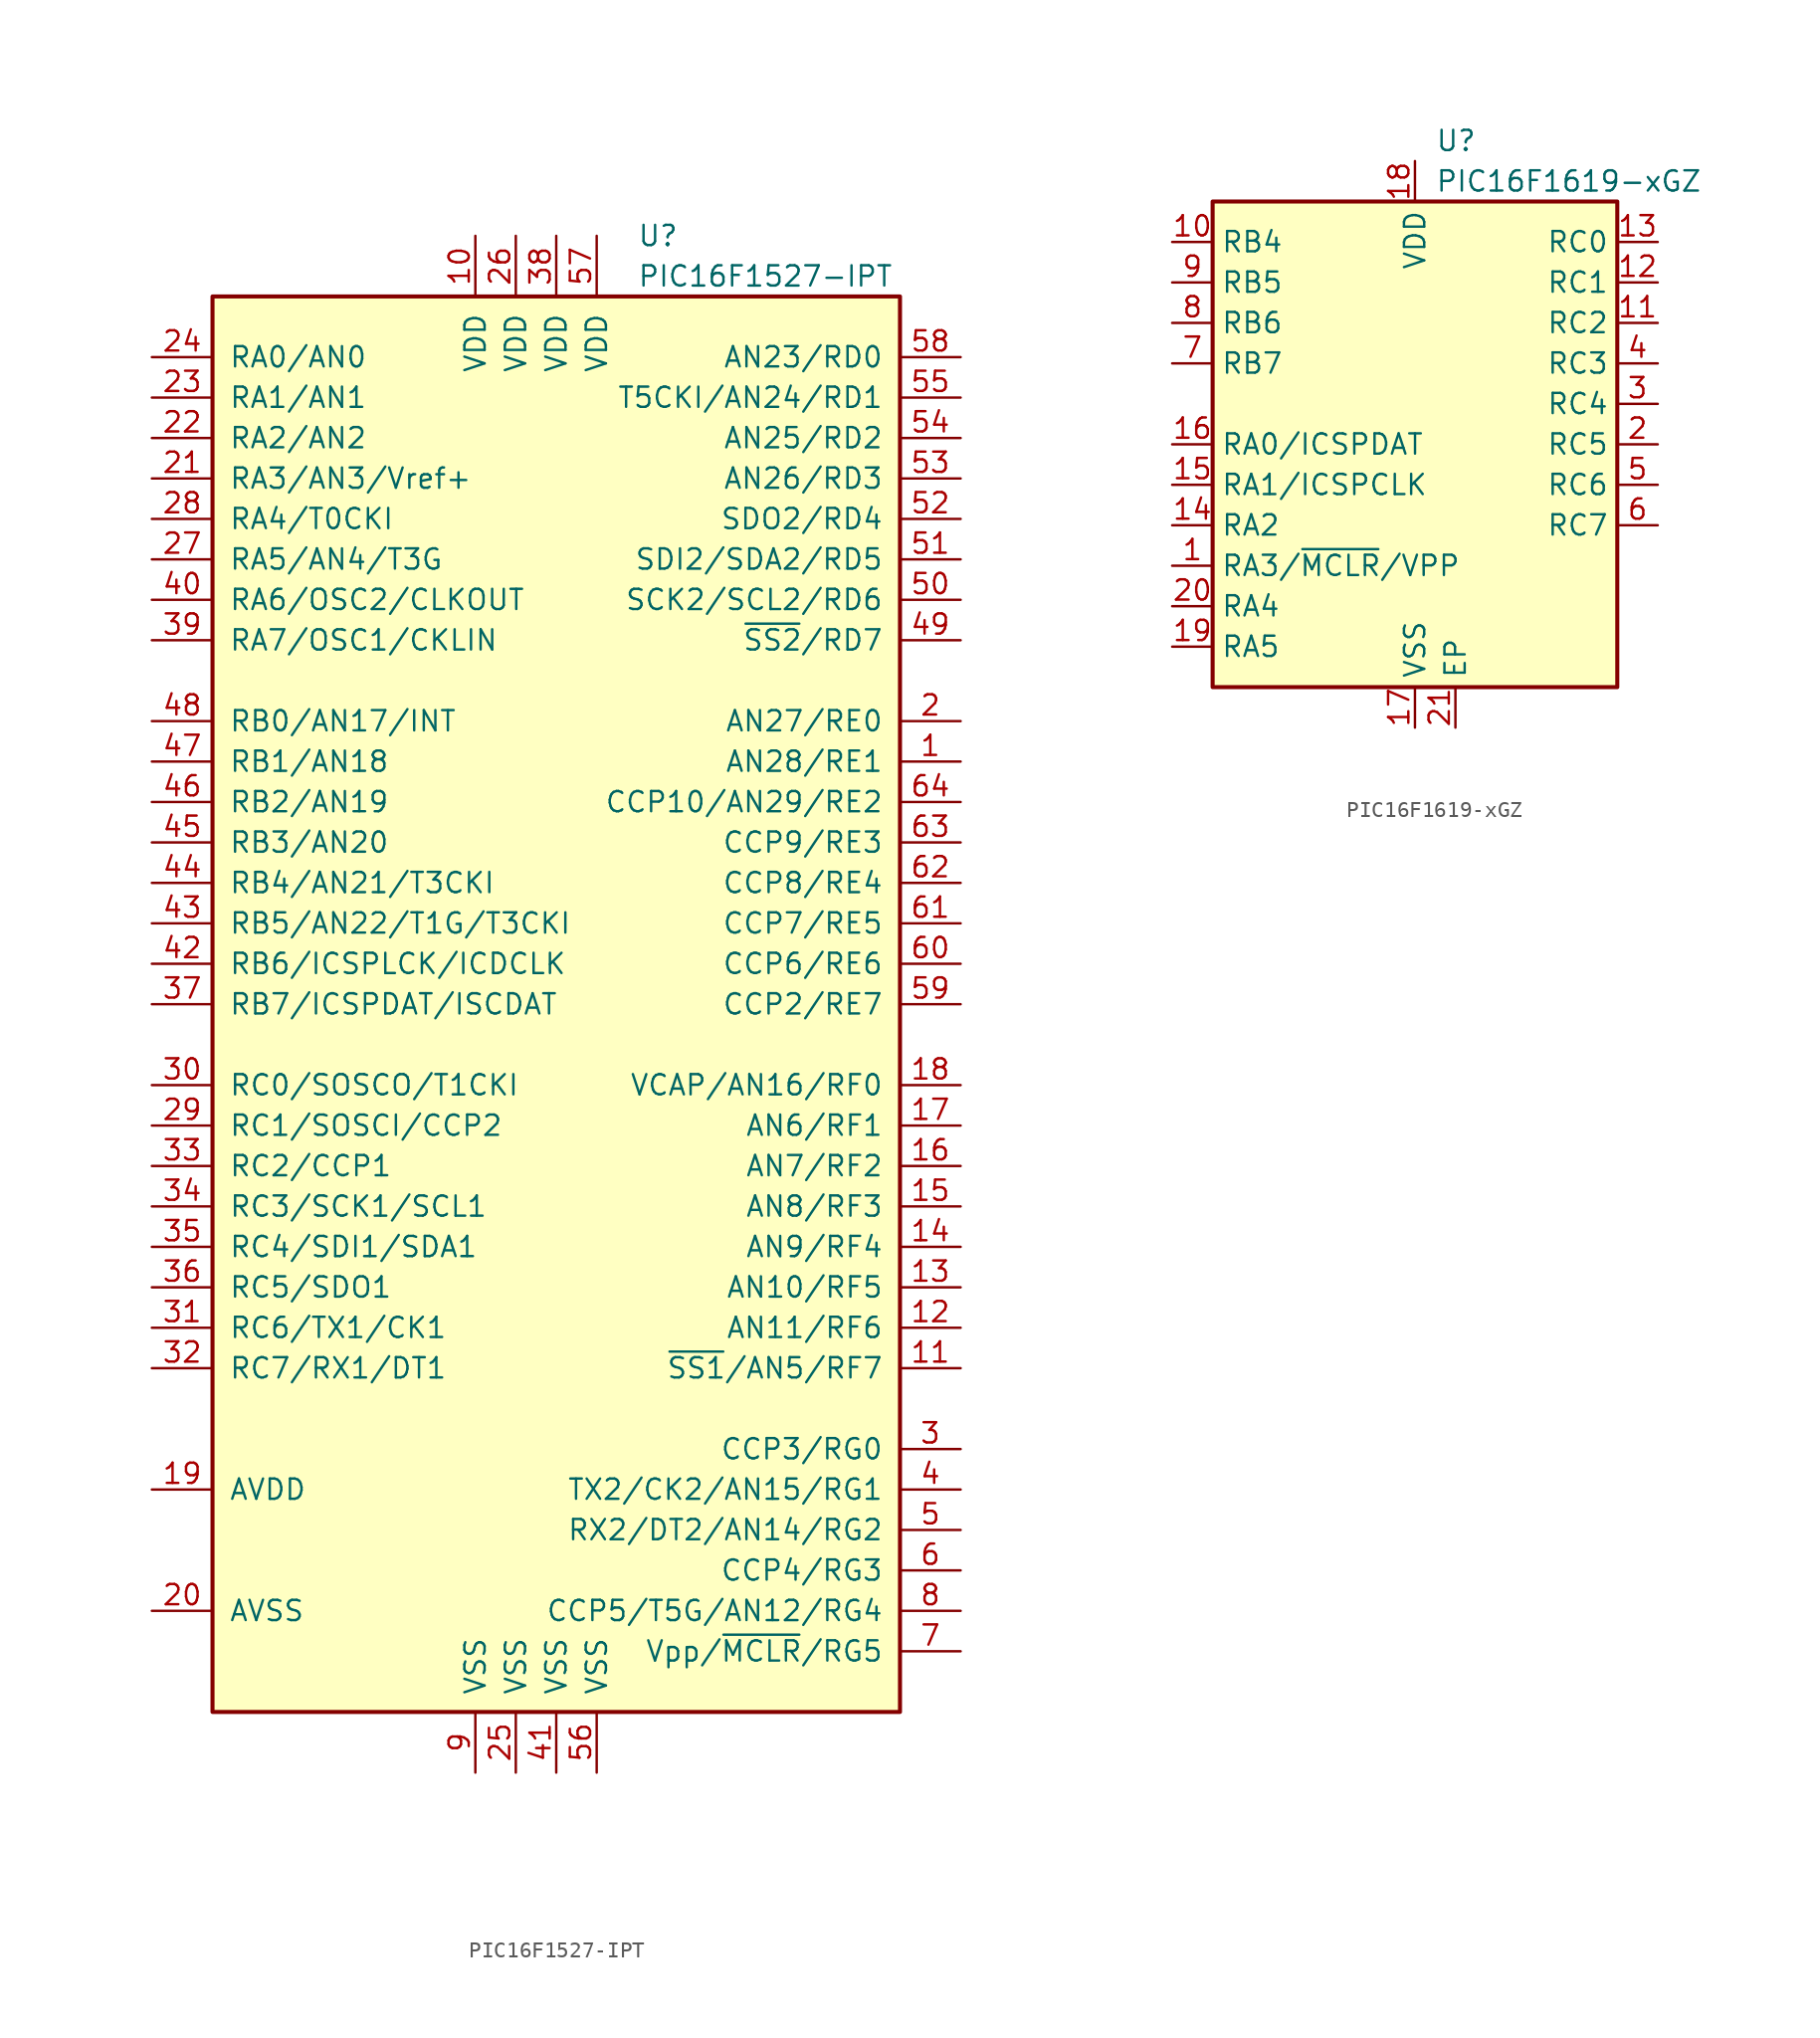
<source format=kicad_sym>
(kicad_symbol_lib
  (version 20211014)
  (generator kicad_symbol_editor)
  (symbol "PIC16F1527-IPT"
    (pin_names
      (offset 1.016))
    (property "Reference" "U"
      (at 5.08 48.26 0)
      (effects (font (size 1.27 1.27)) (justify left)))
    (property "Value" "PIC16F1527-IPT"
      (at 5.08 45.72 0)
      (effects (font (size 1.27 1.27)) (justify left)))
    (symbol "PIC16F1527-IPT_0_1"
      (rectangle (start -21.59 44.45) (end 21.59 -44.45) (stroke (width 0.254) (type default) (color 0 0 0 0)) (fill (type background))))
    (symbol "PIC16F1527-IPT_1_1"
      (pin bidirectional line (at 25.4 15.24 180) (length 3.81) (name "AN28/RE1" (effects (font (size 1.27 1.27)))) (number "1" (effects (font (size 1.27 1.27)))))
      (pin power_in line (at -5.08 48.26 270) (length 3.81) (name "VDD" (effects (font (size 1.27 1.27)))) (number "10" (effects (font (size 1.27 1.27)))))
      (pin bidirectional line (at 25.4 -22.86 180) (length 3.81) (name "~{SS1}/AN5/RF7" (effects (font (size 1.27 1.27)))) (number "11" (effects (font (size 1.27 1.27)))))
      (pin bidirectional line (at 25.4 -20.32 180) (length 3.81) (name "AN11/RF6" (effects (font (size 1.27 1.27)))) (number "12" (effects (font (size 1.27 1.27)))))
      (pin bidirectional line (at 25.4 -17.78 180) (length 3.81) (name "AN10/RF5" (effects (font (size 1.27 1.27)))) (number "13" (effects (font (size 1.27 1.27)))))
      (pin bidirectional line (at 25.4 -15.24 180) (length 3.81) (name "AN9/RF4" (effects (font (size 1.27 1.27)))) (number "14" (effects (font (size 1.27 1.27)))))
      (pin bidirectional line (at 25.4 -12.7 180) (length 3.81) (name "AN8/RF3" (effects (font (size 1.27 1.27)))) (number "15" (effects (font (size 1.27 1.27)))))
      (pin bidirectional line (at 25.4 -10.16 180) (length 3.81) (name "AN7/RF2" (effects (font (size 1.27 1.27)))) (number "16" (effects (font (size 1.27 1.27)))))
      (pin bidirectional line (at 25.4 -7.62 180) (length 3.81) (name "AN6/RF1" (effects (font (size 1.27 1.27)))) (number "17" (effects (font (size 1.27 1.27)))))
      (pin bidirectional line (at 25.4 -5.08 180) (length 3.81) (name "VCAP/AN16/RF0" (effects (font (size 1.27 1.27)))) (number "18" (effects (font (size 1.27 1.27)))))
      (pin power_in line (at -25.4 -30.48 0) (length 3.81) (name "AVDD" (effects (font (size 1.27 1.27)))) (number "19" (effects (font (size 1.27 1.27)))))
      (pin bidirectional line (at 25.4 17.78 180) (length 3.81) (name "AN27/RE0" (effects (font (size 1.27 1.27)))) (number "2" (effects (font (size 1.27 1.27)))))
      (pin power_in line (at -25.4 -38.1 0) (length 3.81) (name "AVSS" (effects (font (size 1.27 1.27)))) (number "20" (effects (font (size 1.27 1.27)))))
      (pin bidirectional line (at -25.4 33.02 0) (length 3.81) (name "RA3/AN3/Vref+" (effects (font (size 1.27 1.27)))) (number "21" (effects (font (size 1.27 1.27)))))
      (pin bidirectional line (at -25.4 35.56 0) (length 3.81) (name "RA2/AN2" (effects (font (size 1.27 1.27)))) (number "22" (effects (font (size 1.27 1.27)))))
      (pin bidirectional line (at -25.4 38.1 0) (length 3.81) (name "RA1/AN1" (effects (font (size 1.27 1.27)))) (number "23" (effects (font (size 1.27 1.27)))))
      (pin bidirectional line (at -25.4 40.64 0) (length 3.81) (name "RA0/AN0" (effects (font (size 1.27 1.27)))) (number "24" (effects (font (size 1.27 1.27)))))
      (pin power_in line (at -2.54 -48.26 90) (length 3.81) (name "VSS" (effects (font (size 1.27 1.27)))) (number "25" (effects (font (size 1.27 1.27)))))
      (pin power_in line (at -2.54 48.26 270) (length 3.81) (name "VDD" (effects (font (size 1.27 1.27)))) (number "26" (effects (font (size 1.27 1.27)))))
      (pin bidirectional line (at -25.4 27.94 0) (length 3.81) (name "RA5/AN4/T3G" (effects (font (size 1.27 1.27)))) (number "27" (effects (font (size 1.27 1.27)))))
      (pin bidirectional line (at -25.4 30.48 0) (length 3.81) (name "RA4/T0CKI" (effects (font (size 1.27 1.27)))) (number "28" (effects (font (size 1.27 1.27)))))
      (pin bidirectional line (at -25.4 -7.62 0) (length 3.81) (name "RC1/SOSCI/CCP2" (effects (font (size 1.27 1.27)))) (number "29" (effects (font (size 1.27 1.27)))))
      (pin bidirectional line (at 25.4 -27.94 180) (length 3.81) (name "CCP3/RG0" (effects (font (size 1.27 1.27)))) (number "3" (effects (font (size 1.27 1.27)))))
      (pin bidirectional line (at -25.4 -5.08 0) (length 3.81) (name "RC0/SOSCO/T1CKI" (effects (font (size 1.27 1.27)))) (number "30" (effects (font (size 1.27 1.27)))))
      (pin bidirectional line (at -25.4 -20.32 0) (length 3.81) (name "RC6/TX1/CK1" (effects (font (size 1.27 1.27)))) (number "31" (effects (font (size 1.27 1.27)))))
      (pin bidirectional line (at -25.4 -22.86 0) (length 3.81) (name "RC7/RX1/DT1" (effects (font (size 1.27 1.27)))) (number "32" (effects (font (size 1.27 1.27)))))
      (pin bidirectional line (at -25.4 -10.16 0) (length 3.81) (name "RC2/CCP1" (effects (font (size 1.27 1.27)))) (number "33" (effects (font (size 1.27 1.27)))))
      (pin bidirectional line (at -25.4 -12.7 0) (length 3.81) (name "RC3/SCK1/SCL1" (effects (font (size 1.27 1.27)))) (number "34" (effects (font (size 1.27 1.27)))))
      (pin bidirectional line (at -25.4 -15.24 0) (length 3.81) (name "RC4/SDI1/SDA1" (effects (font (size 1.27 1.27)))) (number "35" (effects (font (size 1.27 1.27)))))
      (pin bidirectional line (at -25.4 -17.78 0) (length 3.81) (name "RC5/SDO1" (effects (font (size 1.27 1.27)))) (number "36" (effects (font (size 1.27 1.27)))))
      (pin bidirectional line (at -25.4 0 0) (length 3.81) (name "RB7/ICSPDAT/ISCDAT" (effects (font (size 1.27 1.27)))) (number "37" (effects (font (size 1.27 1.27)))))
      (pin power_in line (at 0 48.26 270) (length 3.81) (name "VDD" (effects (font (size 1.27 1.27)))) (number "38" (effects (font (size 1.27 1.27)))))
      (pin bidirectional line (at -25.4 22.86 0) (length 3.81) (name "RA7/OSC1/CKLIN" (effects (font (size 1.27 1.27)))) (number "39" (effects (font (size 1.27 1.27)))))
      (pin bidirectional line (at 25.4 -30.48 180) (length 3.81) (name "TX2/CK2/AN15/RG1" (effects (font (size 1.27 1.27)))) (number "4" (effects (font (size 1.27 1.27)))))
      (pin bidirectional line (at -25.4 25.4 0) (length 3.81) (name "RA6/OSC2/CLKOUT" (effects (font (size 1.27 1.27)))) (number "40" (effects (font (size 1.27 1.27)))))
      (pin power_in line (at 0 -48.26 90) (length 3.81) (name "VSS" (effects (font (size 1.27 1.27)))) (number "41" (effects (font (size 1.27 1.27)))))
      (pin bidirectional line (at -25.4 2.54 0) (length 3.81) (name "RB6/ICSPLCK/ICDCLK" (effects (font (size 1.27 1.27)))) (number "42" (effects (font (size 1.27 1.27)))))
      (pin bidirectional line (at -25.4 5.08 0) (length 3.81) (name "RB5/AN22/T1G/T3CKI" (effects (font (size 1.27 1.27)))) (number "43" (effects (font (size 1.27 1.27)))))
      (pin bidirectional line (at -25.4 7.62 0) (length 3.81) (name "RB4/AN21/T3CKI" (effects (font (size 1.27 1.27)))) (number "44" (effects (font (size 1.27 1.27)))))
      (pin bidirectional line (at -25.4 10.16 0) (length 3.81) (name "RB3/AN20" (effects (font (size 1.27 1.27)))) (number "45" (effects (font (size 1.27 1.27)))))
      (pin bidirectional line (at -25.4 12.7 0) (length 3.81) (name "RB2/AN19" (effects (font (size 1.27 1.27)))) (number "46" (effects (font (size 1.27 1.27)))))
      (pin bidirectional line (at -25.4 15.24 0) (length 3.81) (name "RB1/AN18" (effects (font (size 1.27 1.27)))) (number "47" (effects (font (size 1.27 1.27)))))
      (pin bidirectional line (at -25.4 17.78 0) (length 3.81) (name "RB0/AN17/INT" (effects (font (size 1.27 1.27)))) (number "48" (effects (font (size 1.27 1.27)))))
      (pin bidirectional line (at 25.4 22.86 180) (length 3.81) (name "~{SS2}/RD7" (effects (font (size 1.27 1.27)))) (number "49" (effects (font (size 1.27 1.27)))))
      (pin bidirectional line (at 25.4 -33.02 180) (length 3.81) (name "RX2/DT2/AN14/RG2" (effects (font (size 1.27 1.27)))) (number "5" (effects (font (size 1.27 1.27)))))
      (pin bidirectional line (at 25.4 25.4 180) (length 3.81) (name "SCK2/SCL2/RD6" (effects (font (size 1.27 1.27)))) (number "50" (effects (font (size 1.27 1.27)))))
      (pin bidirectional line (at 25.4 27.94 180) (length 3.81) (name "SDI2/SDA2/RD5" (effects (font (size 1.27 1.27)))) (number "51" (effects (font (size 1.27 1.27)))))
      (pin bidirectional line (at 25.4 30.48 180) (length 3.81) (name "SDO2/RD4" (effects (font (size 1.27 1.27)))) (number "52" (effects (font (size 1.27 1.27)))))
      (pin bidirectional line (at 25.4 33.02 180) (length 3.81) (name "AN26/RD3" (effects (font (size 1.27 1.27)))) (number "53" (effects (font (size 1.27 1.27)))))
      (pin bidirectional line (at 25.4 35.56 180) (length 3.81) (name "AN25/RD2" (effects (font (size 1.27 1.27)))) (number "54" (effects (font (size 1.27 1.27)))))
      (pin bidirectional line (at 25.4 38.1 180) (length 3.81) (name "T5CKI/AN24/RD1" (effects (font (size 1.27 1.27)))) (number "55" (effects (font (size 1.27 1.27)))))
      (pin power_in line (at 2.54 -48.26 90) (length 3.81) (name "VSS" (effects (font (size 1.27 1.27)))) (number "56" (effects (font (size 1.27 1.27)))))
      (pin power_in line (at 2.54 48.26 270) (length 3.81) (name "VDD" (effects (font (size 1.27 1.27)))) (number "57" (effects (font (size 1.27 1.27)))))
      (pin bidirectional line (at 25.4 40.64 180) (length 3.81) (name "AN23/RD0" (effects (font (size 1.27 1.27)))) (number "58" (effects (font (size 1.27 1.27)))))
      (pin bidirectional line (at 25.4 0 180) (length 3.81) (name "CCP2/RE7" (effects (font (size 1.27 1.27)))) (number "59" (effects (font (size 1.27 1.27)))))
      (pin bidirectional line (at 25.4 -35.56 180) (length 3.81) (name "CCP4/RG3" (effects (font (size 1.27 1.27)))) (number "6" (effects (font (size 1.27 1.27)))))
      (pin bidirectional line (at 25.4 2.54 180) (length 3.81) (name "CCP6/RE6" (effects (font (size 1.27 1.27)))) (number "60" (effects (font (size 1.27 1.27)))))
      (pin bidirectional line (at 25.4 5.08 180) (length 3.81) (name "CCP7/RE5" (effects (font (size 1.27 1.27)))) (number "61" (effects (font (size 1.27 1.27)))))
      (pin bidirectional line (at 25.4 7.62 180) (length 3.81) (name "CCP8/RE4" (effects (font (size 1.27 1.27)))) (number "62" (effects (font (size 1.27 1.27)))))
      (pin bidirectional line (at 25.4 10.16 180) (length 3.81) (name "CCP9/RE3" (effects (font (size 1.27 1.27)))) (number "63" (effects (font (size 1.27 1.27)))))
      (pin bidirectional line (at 25.4 12.7 180) (length 3.81) (name "CCP10/AN29/RE2" (effects (font (size 1.27 1.27)))) (number "64" (effects (font (size 1.27 1.27)))))
      (pin input line (at 25.4 -40.64 180) (length 3.81) (name "Vpp/~{MCLR}/RG5" (effects (font (size 1.27 1.27)))) (number "7" (effects (font (size 1.27 1.27)))))
      (pin bidirectional line (at 25.4 -38.1 180) (length 3.81) (name "CCP5/T5G/AN12/RG4" (effects (font (size 1.27 1.27)))) (number "8" (effects (font (size 1.27 1.27)))))
      (pin power_in line (at -5.08 -48.26 90) (length 3.81) (name "VSS" (effects (font (size 1.27 1.27)))) (number "9" (effects (font (size 1.27 1.27)))))))
  (symbol "PIC16F1619-xGZ"
    (property "Reference" "U"
      (at 1.27 19.05 0)
      (effects (font (size 1.27 1.27)) (justify left)))
    (property "Value" "PIC16F1619-xGZ"
      (at 1.27 16.51 0)
      (effects (font (size 1.27 1.27)) (justify left)))
    (symbol "PIC16F1619-xGZ_0_0"
      (pin passive line (at 2.54 -17.78 90) (length 2.54) (name "EP" (effects (font (size 1.27 1.27)))) (number "21" (effects (font (size 1.27 1.27))))))
    (symbol "PIC16F1619-xGZ_0_1"
      (rectangle (start -12.7 15.24) (end 12.7 -15.24) (stroke (width 0.254) (type default) (color 0 0 0 0)) (fill (type background))))
    (symbol "PIC16F1619-xGZ_1_1"
      (pin bidirectional line (at -15.24 -7.62 0) (length 2.54) (name "RA3/~{MCLR}/VPP" (effects (font (size 1.27 1.27)))) (number "1" (effects (font (size 1.27 1.27)))))
      (pin bidirectional line (at -15.24 12.7 0) (length 2.54) (name "RB4" (effects (font (size 1.27 1.27)))) (number "10" (effects (font (size 1.27 1.27)))))
      (pin bidirectional line (at 15.24 7.62 180) (length 2.54) (name "RC2" (effects (font (size 1.27 1.27)))) (number "11" (effects (font (size 1.27 1.27)))))
      (pin bidirectional line (at 15.24 10.16 180) (length 2.54) (name "RC1" (effects (font (size 1.27 1.27)))) (number "12" (effects (font (size 1.27 1.27)))))
      (pin bidirectional line (at 15.24 12.7 180) (length 2.54) (name "RC0" (effects (font (size 1.27 1.27)))) (number "13" (effects (font (size 1.27 1.27)))))
      (pin bidirectional line (at -15.24 -5.08 0) (length 2.54) (name "RA2" (effects (font (size 1.27 1.27)))) (number "14" (effects (font (size 1.27 1.27)))))
      (pin bidirectional line (at -15.24 -2.54 0) (length 2.54) (name "RA1/ICSPCLK" (effects (font (size 1.27 1.27)))) (number "15" (effects (font (size 1.27 1.27)))))
      (pin bidirectional line (at -15.24 0 0) (length 2.54) (name "RA0/ICSPDAT" (effects (font (size 1.27 1.27)))) (number "16" (effects (font (size 1.27 1.27)))))
      (pin power_in line (at 0 -17.78 90) (length 2.54) (name "VSS" (effects (font (size 1.27 1.27)))) (number "17" (effects (font (size 1.27 1.27)))))
      (pin power_in line (at 0 17.78 270) (length 2.54) (name "VDD" (effects (font (size 1.27 1.27)))) (number "18" (effects (font (size 1.27 1.27)))))
      (pin bidirectional line (at -15.24 -12.7 0) (length 2.54) (name "RA5" (effects (font (size 1.27 1.27)))) (number "19" (effects (font (size 1.27 1.27)))))
      (pin bidirectional line (at 15.24 0 180) (length 2.54) (name "RC5" (effects (font (size 1.27 1.27)))) (number "2" (effects (font (size 1.27 1.27)))))
      (pin bidirectional line (at -15.24 -10.16 0) (length 2.54) (name "RA4" (effects (font (size 1.27 1.27)))) (number "20" (effects (font (size 1.27 1.27)))))
      (pin bidirectional line (at 15.24 2.54 180) (length 2.54) (name "RC4" (effects (font (size 1.27 1.27)))) (number "3" (effects (font (size 1.27 1.27)))))
      (pin bidirectional line (at 15.24 5.08 180) (length 2.54) (name "RC3" (effects (font (size 1.27 1.27)))) (number "4" (effects (font (size 1.27 1.27)))))
      (pin bidirectional line (at 15.24 -2.54 180) (length 2.54) (name "RC6" (effects (font (size 1.27 1.27)))) (number "5" (effects (font (size 1.27 1.27)))))
      (pin bidirectional line (at 15.24 -5.08 180) (length 2.54) (name "RC7" (effects (font (size 1.27 1.27)))) (number "6" (effects (font (size 1.27 1.27)))))
      (pin bidirectional line (at -15.24 5.08 0) (length 2.54) (name "RB7" (effects (font (size 1.27 1.27)))) (number "7" (effects (font (size 1.27 1.27)))))
      (pin bidirectional line (at -15.24 7.62 0) (length 2.54) (name "RB6" (effects (font (size 1.27 1.27)))) (number "8" (effects (font (size 1.27 1.27)))))
      (pin bidirectional line (at -15.24 10.16 0) (length 2.54) (name "RB5" (effects (font (size 1.27 1.27)))) (number "9" (effects (font (size 1.27 1.27))))))))
</source>
